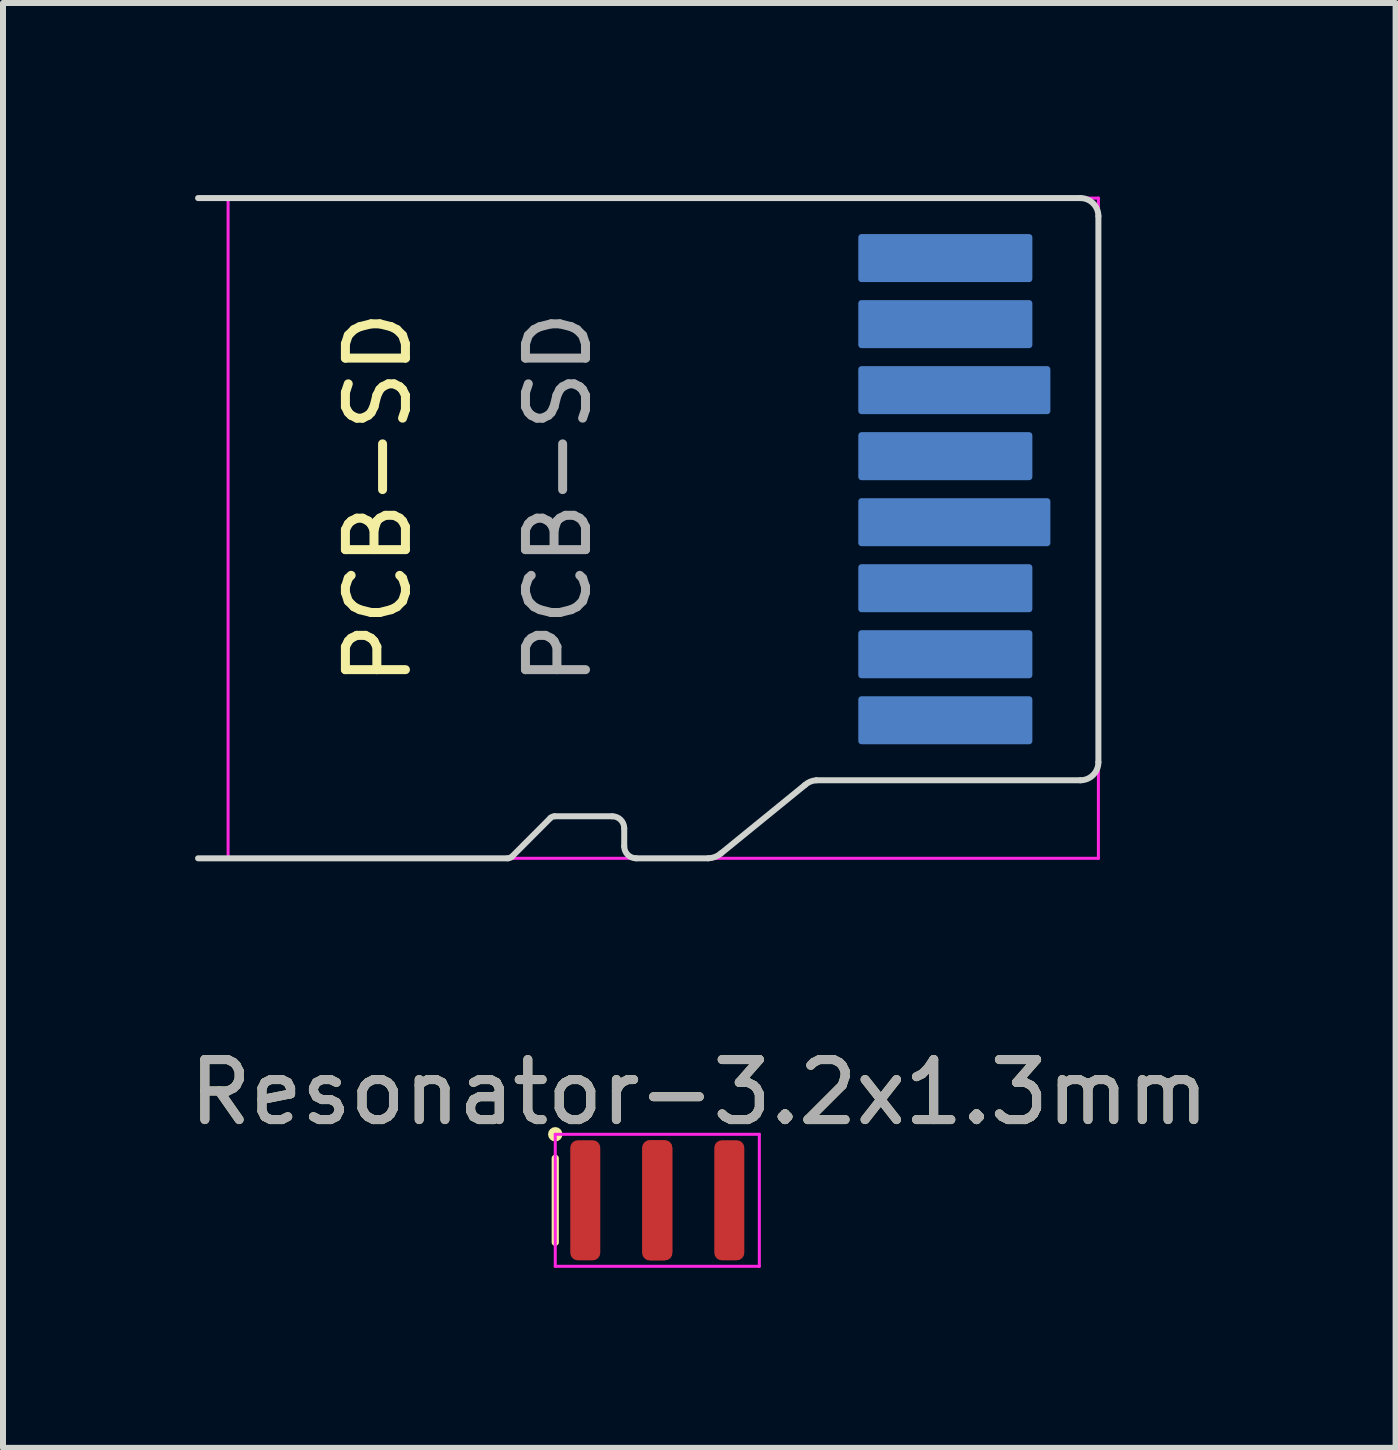
<source format=kicad_pcb>
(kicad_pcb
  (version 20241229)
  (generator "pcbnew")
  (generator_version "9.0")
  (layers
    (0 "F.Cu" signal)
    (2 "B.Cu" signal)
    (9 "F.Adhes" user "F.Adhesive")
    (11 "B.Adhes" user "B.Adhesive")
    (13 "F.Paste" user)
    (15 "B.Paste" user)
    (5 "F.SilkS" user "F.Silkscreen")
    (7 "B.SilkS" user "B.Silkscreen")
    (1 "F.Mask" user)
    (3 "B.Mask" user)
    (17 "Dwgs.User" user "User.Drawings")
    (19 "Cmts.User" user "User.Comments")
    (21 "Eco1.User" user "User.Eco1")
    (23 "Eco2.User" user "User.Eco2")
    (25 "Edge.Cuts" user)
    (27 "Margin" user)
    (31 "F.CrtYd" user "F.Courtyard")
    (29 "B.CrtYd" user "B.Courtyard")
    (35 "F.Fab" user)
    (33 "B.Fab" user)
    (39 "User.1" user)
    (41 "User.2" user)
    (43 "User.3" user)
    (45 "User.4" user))
  (footprint "PCB-SD"
    (layer "F.Cu")
    (at 0.25 0.25)
    (property "Reference" "PCB-SD" (at 3 5 90) (unlocked yes) (layer "F.SilkS") (effects (font (size 1 1) (thickness 0.15))))
    (attr smd)
    (fp_line (start 0 0) (end 14.7 0) (stroke (width 0.1) (type solid)) (layer "Edge.Cuts"))
    (fp_line (start 5.16 11) (end 0 11) (stroke (width 0.1) (type solid)) (layer "Edge.Cuts"))
    (fp_line (start 5.87 10.329) (end 5.23 10.971) (stroke (width 0.1) (type solid)) (layer "Edge.Cuts"))
    (fp_line (start 6.9 10.3) (end 5.94 10.3) (stroke (width 0.1) (type solid)) (layer "Edge.Cuts"))
    (fp_line (start 7.1 10.8) (end 7.1 10.5) (stroke (width 0.1) (type solid)) (layer "Edge.Cuts"))
    (fp_line (start 8.502 11) (end 7.3 11) (stroke (width 0.1) (type solid)) (layer "Edge.Cuts"))
    (fp_line (start 10.11 9.78) (end 8.71 10.92) (stroke (width 0.1) (type solid)) (layer "Edge.Cuts"))
    (fp_line (start 14.7 9.7) (end 10.3 9.7) (stroke (width 0.1) (type solid)) (layer "Edge.Cuts"))
    (fp_line (start 15 0.3) (end 15 9.4) (stroke (width 0.1) (type solid)) (layer "Edge.Cuts"))
    (fp_arc (start 5.23 10.971005) (mid 5.197891 10.99248) (end 5.160001 11) (stroke (width 0.1) (type solid)) (layer "Edge.Cuts"))
    (fp_arc (start 5.870001 10.328995) (mid 5.90211 10.30752) (end 5.94 10.3) (stroke (width 0.1) (type solid)) (layer "Edge.Cuts"))
    (fp_arc (start 6.9 10.3) (mid 7.041421 10.358579) (end 7.1 10.5) (stroke (width 0.1) (type solid)) (layer "Edge.Cuts"))
    (fp_arc (start 7.3 11) (mid 7.158579 10.941421) (end 7.1 10.8) (stroke (width 0.1) (type solid)) (layer "Edge.Cuts"))
    (fp_arc (start 8.71 10.919547) (mid 8.61282 10.977478) (end 8.501856 10.999547) (stroke (width 0.1) (type solid)) (layer "Edge.Cuts"))
    (fp_arc (start 10.11 9.78) (mid 10.198108 9.723631) (end 10.3 9.7) (stroke (width 0.1) (type solid)) (layer "Edge.Cuts"))
    (fp_arc (start 14.7 0) (mid 14.912132 0.087868) (end 15 0.3) (stroke (width 0.1) (type solid)) (layer "Edge.Cuts"))
    (fp_arc (start 15 9.4) (mid 14.912132 9.612132) (end 14.7 9.7) (stroke (width 0.1) (type solid)) (layer "Edge.Cuts"))
    (fp_line (start 0.5 0) (end 0.5 11) (stroke (width 0.05) (type solid)) (layer "F.CrtYd"))
    (fp_line (start 0.5 11) (end 15 11) (stroke (width 0.05) (type solid)) (layer "F.CrtYd"))
    (fp_line (start 15 0) (end 0.5 0) (stroke (width 0.05) (type solid)) (layer "F.CrtYd"))
    (fp_line (start 15 11) (end 15 0) (stroke (width 0.05) (type solid)) (layer "F.CrtYd"))
    (fp_text user "${REFERENCE}" (at 6 5 90) (unlocked yes) (layer "F.Fab") (effects (font (size 1 1) (thickness 0.15))))
    (fp_text user "R0.3" (at 15.3 9.8 0) (unlocked yes) (layer "User.6") (effects (font (size 0.2 0.2) (thickness 0.03))))
    (fp_text user "R0.2" (at 7.4 10.1 0) (unlocked yes) (layer "User.6") (effects (font (size 0.2 0.2) (thickness 0.03))))
    (pad "1" smd roundrect (at 12.45 8.7) (size 2.9 0.8) (layers "B.Cu" "B.Mask") (roundrect_rratio 0.066))
    (pad "2" smd roundrect (at 12.45 7.6) (size 2.9 0.8) (layers "B.Cu" "B.Mask") (roundrect_rratio 0.066))
    (pad "3" smd roundrect (at 12.45 6.5) (size 2.9 0.8) (layers "B.Cu" "B.Mask") (roundrect_rratio 0.066))
    (pad "4" smd roundrect (at 12.6 5.4) (size 3.2 0.8) (layers "B.Cu" "B.Mask") (roundrect_rratio 0.066))
    (pad "5" smd roundrect (at 12.45 4.3) (size 2.9 0.8) (layers "B.Cu" "B.Mask") (roundrect_rratio 0.066))
    (pad "6" smd roundrect (at 12.6 3.2) (size 3.2 0.8) (layers "B.Cu" "B.Mask") (roundrect_rratio 0.066))
    (pad "7" smd roundrect (at 12.45 2.1) (size 2.9 0.8) (layers "B.Cu" "B.Mask") (roundrect_rratio 0.066))
    (pad "8" smd roundrect (at 12.45 1) (size 2.9 0.8) (layers "B.Cu" "B.Mask") (roundrect_rratio 0.066)))
  (footprint "Resonator-3.2x1.3mm"
    (layer "F.Cu")
    (at 6.701 16.948)
    (property "Reference" "Resonator-3.2x1.3mm" (at 1.9 -1.8 0) (unlocked yes) (layer "F.SilkS") (effects (font (size 1 1) (thickness 0.15))))
    (attr smd)
    (fp_line (start -0.5 0.7) (end -0.5 -0.7) (stroke (width 0.12) (type solid)) (layer "F.SilkS"))
    (fp_circle (center -0.5 -1.1) (end -0.5 -1.1) (stroke (width 0.12) (type solid)) (fill no) (layer "F.SilkS"))
    (fp_line (start -0.5 -1.1) (end 2.9 -1.1) (stroke (width 0.05) (type solid)) (layer "F.CrtYd"))
    (fp_line (start -0.5 1.1) (end -0.5 -1.1) (stroke (width 0.05) (type solid)) (layer "F.CrtYd"))
    (fp_line (start 2.9 -1.1) (end 2.9 1.1) (stroke (width 0.05) (type solid)) (layer "F.CrtYd"))
    (fp_line (start 2.9 1.1) (end -0.5 1.1) (stroke (width 0.05) (type solid)) (layer "F.CrtYd"))
    (fp_text user "${REFERENCE}" (at 1.9 -1.8 0) (unlocked yes) (layer "F.Fab") (effects (font (size 1 1) (thickness 0.15))))
    (pad "1" smd roundrect (at 0 0 90) (size 2 0.5) (layers "F.Cu" "F.Mask" "F.Paste") (roundrect_rratio 0.25))
    (pad "2" smd roundrect (at 1.2 0 90) (size 2 0.5) (layers "F.Cu" "F.Mask" "F.Paste") (roundrect_rratio 0.25))
    (pad "3" smd roundrect (at 2.4 0 90) (size 2 0.5) (layers "F.Cu" "F.Mask" "F.Paste") (roundrect_rratio 0.25))
    (pad "4" smd roundrect (at 1.2 0 90) (size 2 0.5) (layers "F.Cu" "F.Mask" "F.Paste") (roundrect_rratio 0.25)))
  (gr_rect
    (start -3 -3)
    (end 20.202 21.073)
    (stroke (width 0.1) (type default))
    (fill no)
    (layer "Edge.Cuts")))
</source>
